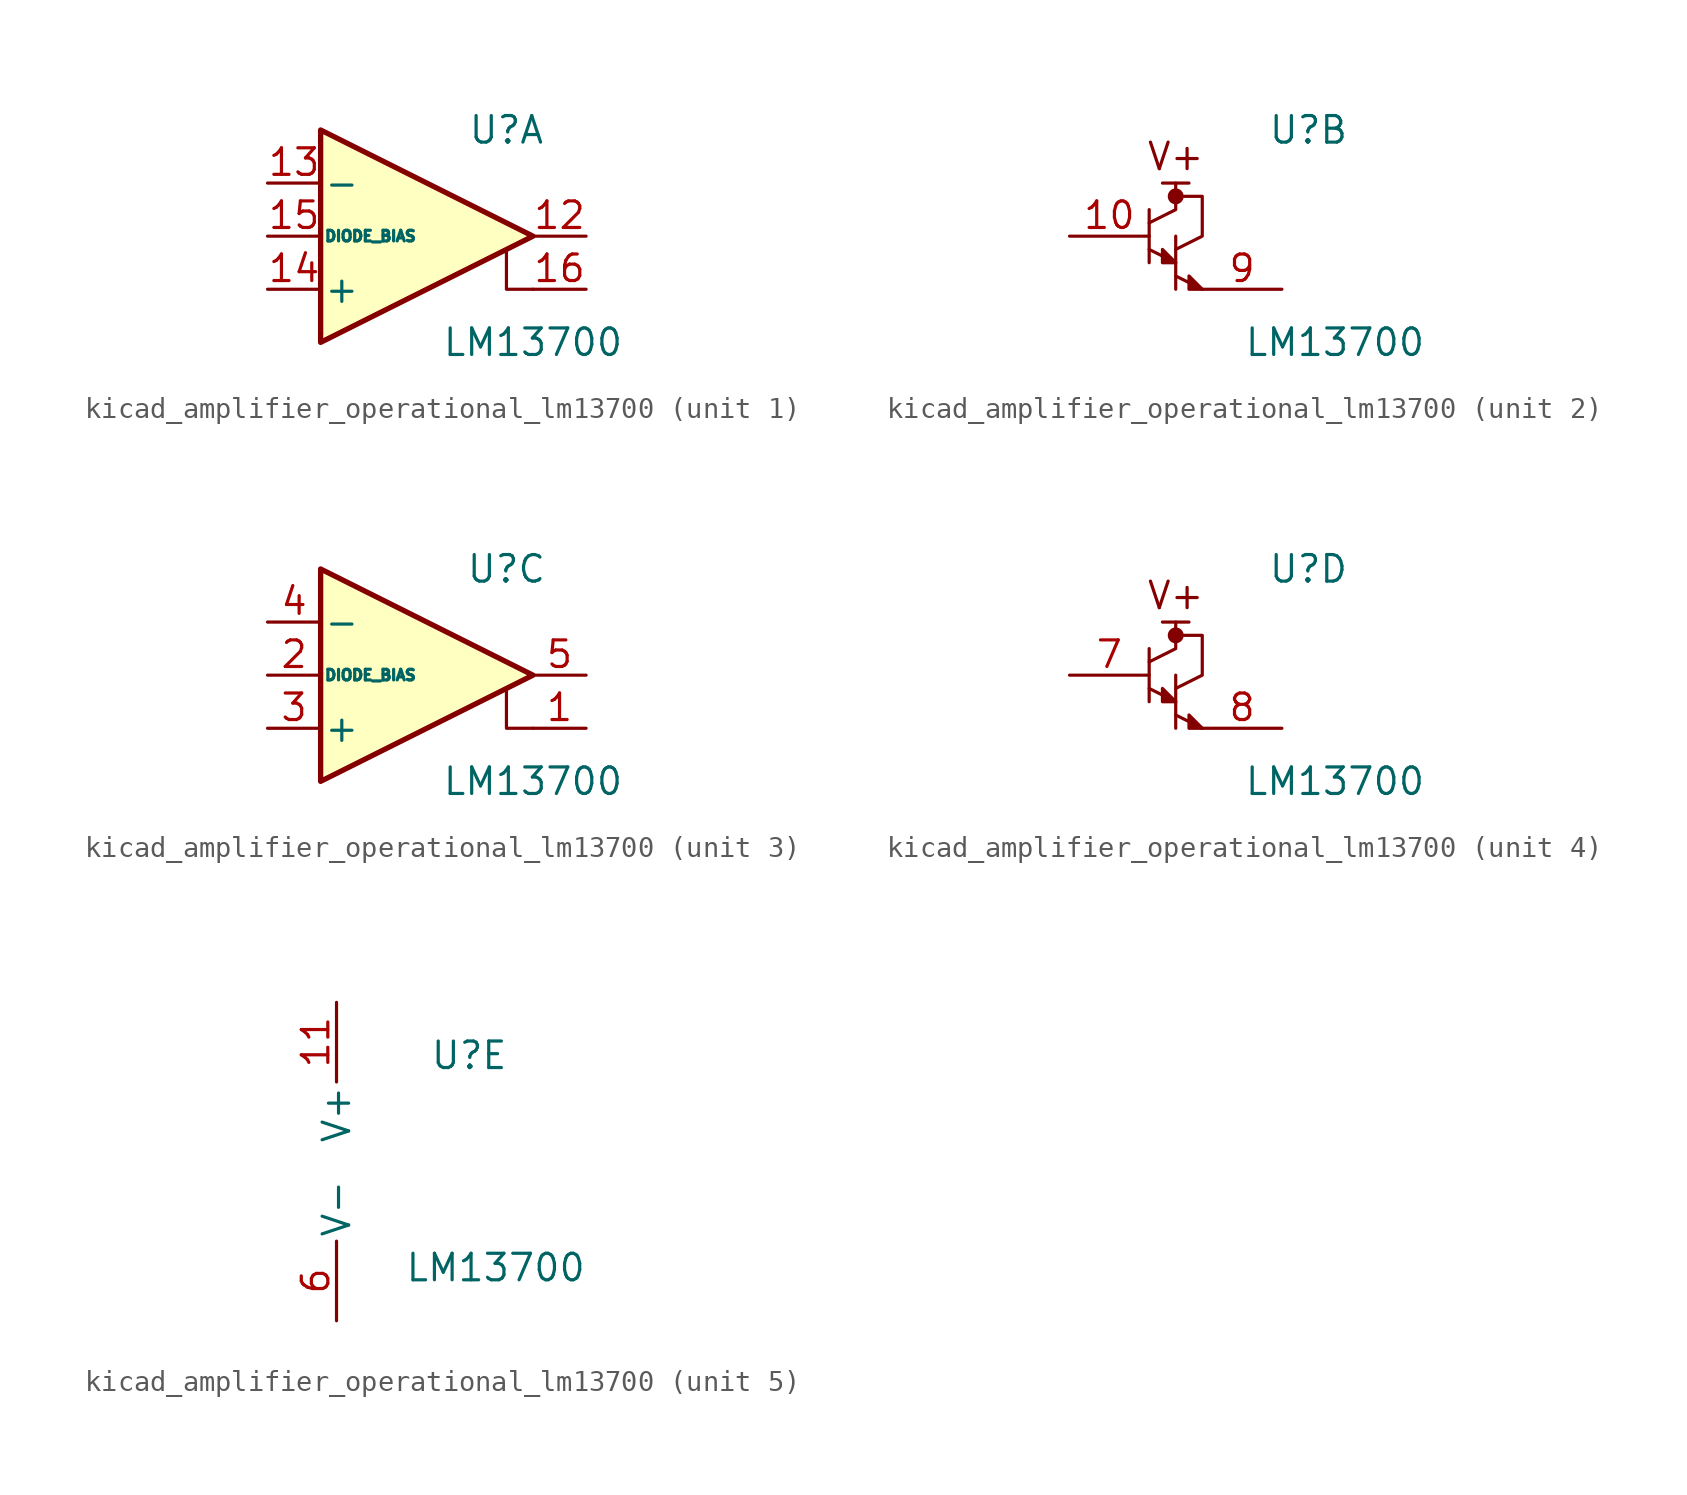
<source format=kicad_sym>
(kicad_symbol_lib
  (version 20220914)
  (generator kicad_symbol_editor)
  (symbol "kicad_amplifier_operational_lm13700"
    (pin_names
      (offset 0.127))
    (property "Reference" "U"
      (at 3.81 5.08 0)
      (effects (font (size 1.27 1.27))))
    (property "Value" "LM13700"
      (at 5.08 -5.08 0)
      (effects (font (size 1.27 1.27))))
    (property "ki_locked" ""
      (at 0 0 0)
      (effects (font (size 1.27 1.27))))
    (symbol "kicad_amplifier_operational_lm13700_1_1"
      (polyline (pts (xy 3.81 -0.635) (xy 3.81 -2.54) (xy 5.08 -2.54)) (stroke (width 0) (type default)) (fill (type none)))
      (polyline (pts (xy 5.08 0) (xy -5.08 -5.08) (xy -5.08 5.08) (xy 5.08 0)) (stroke (width 0.254) (type default)) (fill (type background)))
      (pin output line (at 7.62 0 180) (length 2.54) (name "~" (effects (font (size 1.27 1.27)))) (number "12" (effects (font (size 1.27 1.27)))))
      (pin input line (at -7.62 2.54 0) (length 2.54) (name "-" (effects (font (size 1.27 1.27)))) (number "13" (effects (font (size 1.27 1.27)))))
      (pin input line (at -7.62 -2.54 0) (length 2.54) (name "+" (effects (font (size 1.27 1.27)))) (number "14" (effects (font (size 1.27 1.27)))))
      (pin input line (at -7.62 0 0) (length 2.54) (name "DIODE_BIAS" (effects (font (size 0.508 0.508)))) (number "15" (effects (font (size 1.27 1.27)))))
      (pin input line (at 7.62 -2.54 180) (length 2.54) (name "~" (effects (font (size 1.27 1.27)))) (number "16" (effects (font (size 1.27 1.27))))))
    (symbol "kicad_amplifier_operational_lm13700_2_0"
      (polyline (pts (xy -1.905 2.54) (xy -3.175 2.54)) (stroke (width 0) (type default)) (fill (type none))))
    (symbol "kicad_amplifier_operational_lm13700_2_1"
      (circle (center -2.54 1.905) (radius 0.254) (stroke (width 0.254) (type default)) (fill (type outline)))
      (polyline (pts (xy -3.81 -0.635) (xy -2.54 -1.27)) (stroke (width 0) (type default)) (fill (type none)))
      (polyline (pts (xy -3.81 1.27) (xy -3.81 -1.27)) (stroke (width 0) (type default)) (fill (type none)))
      (polyline (pts (xy -2.54 -1.905) (xy -1.27 -2.54)) (stroke (width 0) (type default)) (fill (type none)))
      (polyline (pts (xy -2.54 0) (xy -2.54 -2.54)) (stroke (width 0) (type default)) (fill (type none)))
      (polyline (pts (xy -3.81 0.635) (xy -2.54 1.27) (xy -2.54 1.905) (xy -2.54 2.54)) (stroke (width 0) (type default)) (fill (type none)))
      (polyline (pts (xy -2.54 -1.27) (xy -3.175 -0.635) (xy -3.175 -1.27) (xy -2.54 -1.27)) (stroke (width 0) (type default)) (fill (type outline)))
      (polyline (pts (xy -2.54 -0.635) (xy -1.27 0) (xy -1.27 1.905) (xy -2.54 1.905)) (stroke (width 0) (type default)) (fill (type none)))
      (polyline (pts (xy -1.27 -2.54) (xy -1.905 -1.905) (xy -1.905 -2.54) (xy -1.27 -2.54)) (stroke (width 0) (type default)) (fill (type outline)))
      (text "V+" (at -2.54 3.81 0) (effects (font (size 1.27 1.27))))
      (pin input line (at -7.62 0 0) (length 3.81) (name "~" (effects (font (size 1.27 1.27)))) (number "10" (effects (font (size 1.27 1.27)))))
      (pin output line (at 2.54 -2.54 180) (length 3.81) (name "~" (effects (font (size 1.27 1.27)))) (number "9" (effects (font (size 1.27 1.27))))))
    (symbol "kicad_amplifier_operational_lm13700_3_1"
      (polyline (pts (xy 3.81 -0.635) (xy 3.81 -2.54) (xy 5.08 -2.54)) (stroke (width 0) (type default)) (fill (type none)))
      (polyline (pts (xy 5.08 0) (xy -5.08 -5.08) (xy -5.08 5.08) (xy 5.08 0)) (stroke (width 0.254) (type default)) (fill (type background)))
      (pin input line (at 7.62 -2.54 180) (length 2.54) (name "~" (effects (font (size 1.27 1.27)))) (number "1" (effects (font (size 1.27 1.27)))))
      (pin input line (at -7.62 0 0) (length 2.54) (name "DIODE_BIAS" (effects (font (size 0.508 0.508)))) (number "2" (effects (font (size 1.27 1.27)))))
      (pin input line (at -7.62 -2.54 0) (length 2.54) (name "+" (effects (font (size 1.27 1.27)))) (number "3" (effects (font (size 1.27 1.27)))))
      (pin input line (at -7.62 2.54 0) (length 2.54) (name "-" (effects (font (size 1.27 1.27)))) (number "4" (effects (font (size 1.27 1.27)))))
      (pin output line (at 7.62 0 180) (length 2.54) (name "~" (effects (font (size 1.27 1.27)))) (number "5" (effects (font (size 1.27 1.27))))))
    (symbol "kicad_amplifier_operational_lm13700_4_0"
      (polyline (pts (xy -3.175 2.54) (xy -1.905 2.54)) (stroke (width 0) (type default)) (fill (type none)))
      (text "V+" (at -2.54 3.81 0) (effects (font (size 1.27 1.27)))))
    (symbol "kicad_amplifier_operational_lm13700_4_1"
      (circle (center -2.54 1.905) (radius 0.254) (stroke (width 0.254) (type default)) (fill (type outline)))
      (polyline (pts (xy -3.81 -0.635) (xy -2.54 -1.27)) (stroke (width 0) (type default)) (fill (type none)))
      (polyline (pts (xy -3.81 1.27) (xy -3.81 -1.27)) (stroke (width 0) (type default)) (fill (type none)))
      (polyline (pts (xy -2.54 -1.905) (xy -1.27 -2.54)) (stroke (width 0) (type default)) (fill (type none)))
      (polyline (pts (xy -2.54 0) (xy -2.54 -2.54)) (stroke (width 0) (type default)) (fill (type none)))
      (polyline (pts (xy -3.81 0.635) (xy -2.54 1.27) (xy -2.54 2.54)) (stroke (width 0) (type default)) (fill (type none)))
      (polyline (pts (xy -2.54 -1.27) (xy -3.175 -0.635) (xy -3.175 -1.27) (xy -2.54 -1.27)) (stroke (width 0) (type default)) (fill (type outline)))
      (polyline (pts (xy -2.54 -0.635) (xy -1.27 0) (xy -1.27 1.905) (xy -2.54 1.905)) (stroke (width 0) (type default)) (fill (type none)))
      (polyline (pts (xy -1.27 -2.54) (xy -1.905 -1.905) (xy -1.905 -2.54) (xy -1.27 -2.54)) (stroke (width 0) (type default)) (fill (type outline)))
      (pin input line (at -7.62 0 0) (length 3.81) (name "~" (effects (font (size 1.27 1.27)))) (number "7" (effects (font (size 1.27 1.27)))))
      (pin output line (at 2.54 -2.54 180) (length 3.81) (name "~" (effects (font (size 1.27 1.27)))) (number "8" (effects (font (size 1.27 1.27))))))
    (symbol "kicad_amplifier_operational_lm13700_5_1"
      (pin power_in line (at -2.54 7.62 270) (length 3.81) (name "V+" (effects (font (size 1.27 1.27)))) (number "11" (effects (font (size 1.27 1.27)))))
      (pin power_in line (at -2.54 -7.62 90) (length 3.81) (name "V-" (effects (font (size 1.27 1.27)))) (number "6" (effects (font (size 1.27 1.27))))))))
</source>
